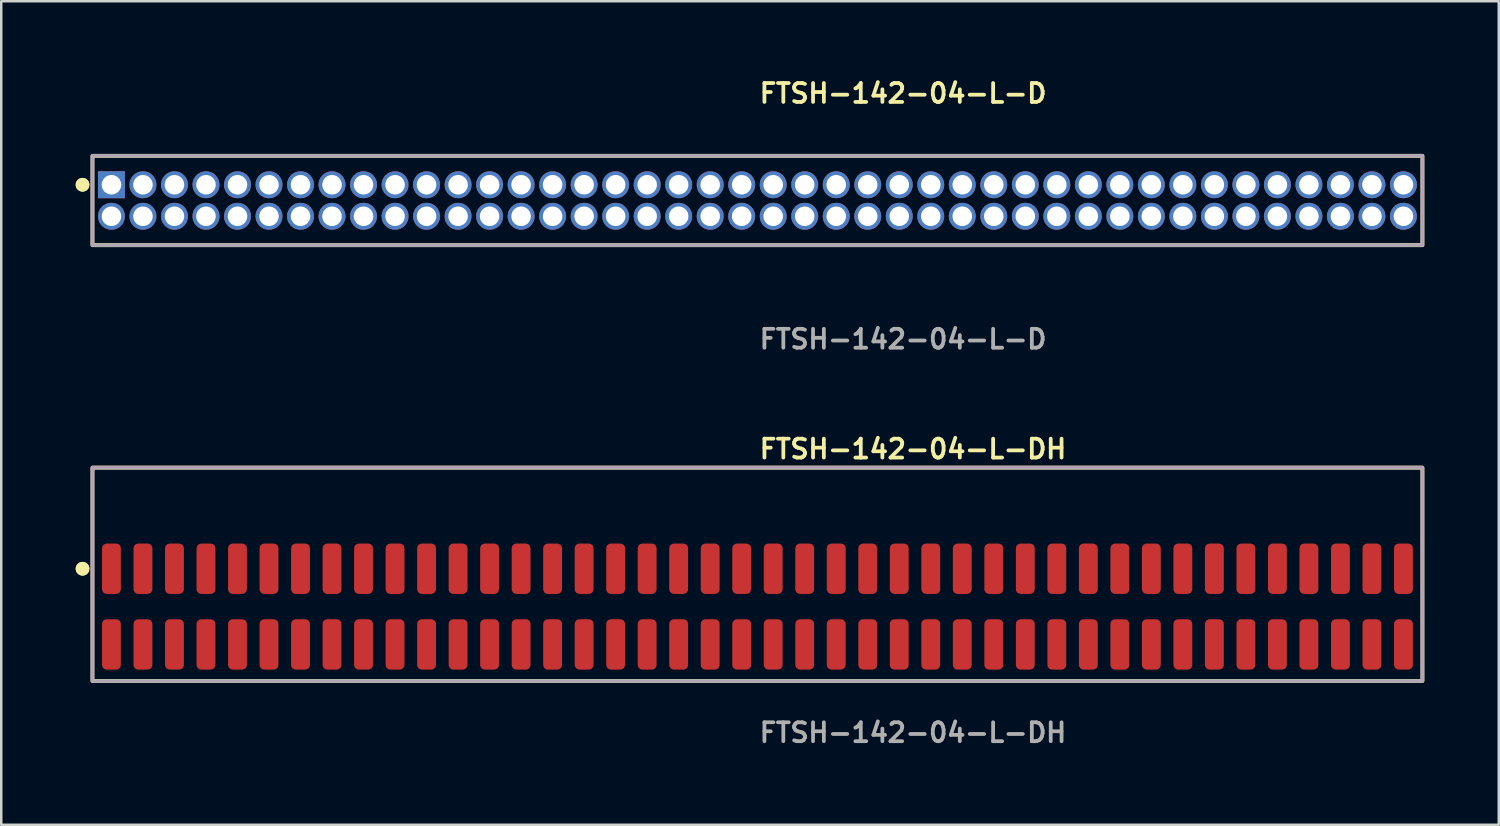
<source format=kicad_pcb>
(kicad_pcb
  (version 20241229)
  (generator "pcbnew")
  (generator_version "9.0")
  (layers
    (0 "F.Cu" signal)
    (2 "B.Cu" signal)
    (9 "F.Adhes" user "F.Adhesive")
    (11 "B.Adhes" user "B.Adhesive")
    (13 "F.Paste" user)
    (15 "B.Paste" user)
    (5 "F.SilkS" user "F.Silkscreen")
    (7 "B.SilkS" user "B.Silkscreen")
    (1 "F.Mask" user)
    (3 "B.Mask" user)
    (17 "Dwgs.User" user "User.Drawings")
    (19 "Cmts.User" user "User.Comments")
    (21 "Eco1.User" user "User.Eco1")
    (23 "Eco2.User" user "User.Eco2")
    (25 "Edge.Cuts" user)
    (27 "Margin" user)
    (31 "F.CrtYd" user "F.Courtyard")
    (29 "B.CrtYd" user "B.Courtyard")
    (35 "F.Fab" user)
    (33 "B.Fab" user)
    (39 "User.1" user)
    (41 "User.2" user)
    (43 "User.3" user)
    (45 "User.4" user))
  (footprint "FTSH-142-04-L-D"
    (layer "F.Cu")
    (at 27.476 5.031)
    (property "Reference" "FTSH-142-04-L-D" (at 0 -4.318 0) (unlocked yes) (layer "F.SilkS") (effects (font (size 0.762 0.762) (thickness 0.152)) (justify left)))
    (fp_rect (start -26.8 1.8) (end 26.8 -1.8) (stroke (width 0.152) (type solid)) (fill no) (layer "F.SilkS"))
    (fp_circle (center -27.2 -0.635) (end -27.4 -0.635) (stroke (width 0.152) (type solid)) (fill yes) (layer "F.SilkS"))
    (fp_circle (center -27.2 -0.635) (end -27.4 -0.635) (stroke (width 0.152) (type solid)) (fill yes) (layer "F.SilkS"))
    (fp_rect (start -26.8 1.8) (end 26.8 -1.8) (stroke (width 0.006) (type solid)) (fill no) (layer "F.CrtYd"))
    (fp_rect (start -26.8 1.8) (end 26.8 -1.8) (stroke (width 0.152) (type solid)) (fill no) (layer "F.Fab"))
    (fp_text user "${REFERENCE}" (at 0 5.588 0) (unlocked yes) (layer "F.Fab") (effects (font (size 0.762 0.762) (thickness 0.152)) (justify left)))
    (pad "1" thru_hole rect (at -26.035 -0.635) (size 1.087 1.087) (drill 0.787) (layers "*.Cu" "*.Mask"))
    (pad "2" thru_hole circle (at -26.035 0.635) (size 1.087 1.087) (drill 0.787) (layers "*.Cu" "*.Mask"))
    (pad "3" thru_hole circle (at -24.765 -0.635) (size 1.087 1.087) (drill 0.787) (layers "*.Cu" "*.Mask"))
    (pad "4" thru_hole circle (at -24.765 0.635) (size 1.087 1.087) (drill 0.787) (layers "*.Cu" "*.Mask"))
    (pad "5" thru_hole circle (at -23.495 -0.635) (size 1.087 1.087) (drill 0.787) (layers "*.Cu" "*.Mask"))
    (pad "6" thru_hole circle (at -23.495 0.635) (size 1.087 1.087) (drill 0.787) (layers "*.Cu" "*.Mask"))
    (pad "7" thru_hole circle (at -22.225 -0.635) (size 1.087 1.087) (drill 0.787) (layers "*.Cu" "*.Mask"))
    (pad "8" thru_hole circle (at -22.225 0.635) (size 1.087 1.087) (drill 0.787) (layers "*.Cu" "*.Mask"))
    (pad "9" thru_hole circle (at -20.955 -0.635) (size 1.087 1.087) (drill 0.787) (layers "*.Cu" "*.Mask"))
    (pad "10" thru_hole circle (at -20.955 0.635) (size 1.087 1.087) (drill 0.787) (layers "*.Cu" "*.Mask"))
    (pad "11" thru_hole circle (at -19.685 -0.635) (size 1.087 1.087) (drill 0.787) (layers "*.Cu" "*.Mask"))
    (pad "12" thru_hole circle (at -19.685 0.635) (size 1.087 1.087) (drill 0.787) (layers "*.Cu" "*.Mask"))
    (pad "13" thru_hole circle (at -18.415 -0.635) (size 1.087 1.087) (drill 0.787) (layers "*.Cu" "*.Mask"))
    (pad "14" thru_hole circle (at -18.415 0.635) (size 1.087 1.087) (drill 0.787) (layers "*.Cu" "*.Mask"))
    (pad "15" thru_hole circle (at -17.145 -0.635) (size 1.087 1.087) (drill 0.787) (layers "*.Cu" "*.Mask"))
    (pad "16" thru_hole circle (at -17.145 0.635) (size 1.087 1.087) (drill 0.787) (layers "*.Cu" "*.Mask"))
    (pad "17" thru_hole circle (at -15.875 -0.635) (size 1.087 1.087) (drill 0.787) (layers "*.Cu" "*.Mask"))
    (pad "18" thru_hole circle (at -15.875 0.635) (size 1.087 1.087) (drill 0.787) (layers "*.Cu" "*.Mask"))
    (pad "19" thru_hole circle (at -14.605 -0.635) (size 1.087 1.087) (drill 0.787) (layers "*.Cu" "*.Mask"))
    (pad "20" thru_hole circle (at -14.605 0.635) (size 1.087 1.087) (drill 0.787) (layers "*.Cu" "*.Mask"))
    (pad "21" thru_hole circle (at -13.335 -0.635) (size 1.087 1.087) (drill 0.787) (layers "*.Cu" "*.Mask"))
    (pad "22" thru_hole circle (at -13.335 0.635) (size 1.087 1.087) (drill 0.787) (layers "*.Cu" "*.Mask"))
    (pad "23" thru_hole circle (at -12.065 -0.635) (size 1.087 1.087) (drill 0.787) (layers "*.Cu" "*.Mask"))
    (pad "24" thru_hole circle (at -12.065 0.635) (size 1.087 1.087) (drill 0.787) (layers "*.Cu" "*.Mask"))
    (pad "25" thru_hole circle (at -10.795 -0.635) (size 1.087 1.087) (drill 0.787) (layers "*.Cu" "*.Mask"))
    (pad "26" thru_hole circle (at -10.795 0.635) (size 1.087 1.087) (drill 0.787) (layers "*.Cu" "*.Mask"))
    (pad "27" thru_hole circle (at -9.525 -0.635) (size 1.087 1.087) (drill 0.787) (layers "*.Cu" "*.Mask"))
    (pad "28" thru_hole circle (at -9.525 0.635) (size 1.087 1.087) (drill 0.787) (layers "*.Cu" "*.Mask"))
    (pad "29" thru_hole circle (at -8.255 -0.635) (size 1.087 1.087) (drill 0.787) (layers "*.Cu" "*.Mask"))
    (pad "30" thru_hole circle (at -8.255 0.635) (size 1.087 1.087) (drill 0.787) (layers "*.Cu" "*.Mask"))
    (pad "31" thru_hole circle (at -6.985 -0.635) (size 1.087 1.087) (drill 0.787) (layers "*.Cu" "*.Mask"))
    (pad "32" thru_hole circle (at -6.985 0.635) (size 1.087 1.087) (drill 0.787) (layers "*.Cu" "*.Mask"))
    (pad "33" thru_hole circle (at -5.715 -0.635) (size 1.087 1.087) (drill 0.787) (layers "*.Cu" "*.Mask"))
    (pad "34" thru_hole circle (at -5.715 0.635) (size 1.087 1.087) (drill 0.787) (layers "*.Cu" "*.Mask"))
    (pad "35" thru_hole circle (at -4.445 -0.635) (size 1.087 1.087) (drill 0.787) (layers "*.Cu" "*.Mask"))
    (pad "36" thru_hole circle (at -4.445 0.635) (size 1.087 1.087) (drill 0.787) (layers "*.Cu" "*.Mask"))
    (pad "37" thru_hole circle (at -3.175 -0.635) (size 1.087 1.087) (drill 0.787) (layers "*.Cu" "*.Mask"))
    (pad "38" thru_hole circle (at -3.175 0.635) (size 1.087 1.087) (drill 0.787) (layers "*.Cu" "*.Mask"))
    (pad "39" thru_hole circle (at -1.905 -0.635) (size 1.087 1.087) (drill 0.787) (layers "*.Cu" "*.Mask"))
    (pad "40" thru_hole circle (at -1.905 0.635) (size 1.087 1.087) (drill 0.787) (layers "*.Cu" "*.Mask"))
    (pad "41" thru_hole circle (at -0.635 -0.635) (size 1.087 1.087) (drill 0.787) (layers "*.Cu" "*.Mask"))
    (pad "42" thru_hole circle (at -0.635 0.635) (size 1.087 1.087) (drill 0.787) (layers "*.Cu" "*.Mask"))
    (pad "43" thru_hole circle (at 0.635 -0.635) (size 1.087 1.087) (drill 0.787) (layers "*.Cu" "*.Mask"))
    (pad "44" thru_hole circle (at 0.635 0.635) (size 1.087 1.087) (drill 0.787) (layers "*.Cu" "*.Mask"))
    (pad "45" thru_hole circle (at 1.905 -0.635) (size 1.087 1.087) (drill 0.787) (layers "*.Cu" "*.Mask"))
    (pad "46" thru_hole circle (at 1.905 0.635) (size 1.087 1.087) (drill 0.787) (layers "*.Cu" "*.Mask"))
    (pad "47" thru_hole circle (at 3.175 -0.635) (size 1.087 1.087) (drill 0.787) (layers "*.Cu" "*.Mask"))
    (pad "48" thru_hole circle (at 3.175 0.635) (size 1.087 1.087) (drill 0.787) (layers "*.Cu" "*.Mask"))
    (pad "49" thru_hole circle (at 4.445 -0.635) (size 1.087 1.087) (drill 0.787) (layers "*.Cu" "*.Mask"))
    (pad "50" thru_hole circle (at 4.445 0.635) (size 1.087 1.087) (drill 0.787) (layers "*.Cu" "*.Mask"))
    (pad "51" thru_hole circle (at 5.715 -0.635) (size 1.087 1.087) (drill 0.787) (layers "*.Cu" "*.Mask"))
    (pad "52" thru_hole circle (at 5.715 0.635) (size 1.087 1.087) (drill 0.787) (layers "*.Cu" "*.Mask"))
    (pad "53" thru_hole circle (at 6.985 -0.635) (size 1.087 1.087) (drill 0.787) (layers "*.Cu" "*.Mask"))
    (pad "54" thru_hole circle (at 6.985 0.635) (size 1.087 1.087) (drill 0.787) (layers "*.Cu" "*.Mask"))
    (pad "55" thru_hole circle (at 8.255 -0.635) (size 1.087 1.087) (drill 0.787) (layers "*.Cu" "*.Mask"))
    (pad "56" thru_hole circle (at 8.255 0.635) (size 1.087 1.087) (drill 0.787) (layers "*.Cu" "*.Mask"))
    (pad "57" thru_hole circle (at 9.525 -0.635) (size 1.087 1.087) (drill 0.787) (layers "*.Cu" "*.Mask"))
    (pad "58" thru_hole circle (at 9.525 0.635) (size 1.087 1.087) (drill 0.787) (layers "*.Cu" "*.Mask"))
    (pad "59" thru_hole circle (at 10.795 -0.635) (size 1.087 1.087) (drill 0.787) (layers "*.Cu" "*.Mask"))
    (pad "60" thru_hole circle (at 10.795 0.635) (size 1.087 1.087) (drill 0.787) (layers "*.Cu" "*.Mask"))
    (pad "61" thru_hole circle (at 12.065 -0.635) (size 1.087 1.087) (drill 0.787) (layers "*.Cu" "*.Mask"))
    (pad "62" thru_hole circle (at 12.065 0.635) (size 1.087 1.087) (drill 0.787) (layers "*.Cu" "*.Mask"))
    (pad "63" thru_hole circle (at 13.335 -0.635) (size 1.087 1.087) (drill 0.787) (layers "*.Cu" "*.Mask"))
    (pad "64" thru_hole circle (at 13.335 0.635) (size 1.087 1.087) (drill 0.787) (layers "*.Cu" "*.Mask"))
    (pad "65" thru_hole circle (at 14.605 -0.635) (size 1.087 1.087) (drill 0.787) (layers "*.Cu" "*.Mask"))
    (pad "66" thru_hole circle (at 14.605 0.635) (size 1.087 1.087) (drill 0.787) (layers "*.Cu" "*.Mask"))
    (pad "67" thru_hole circle (at 15.875 -0.635) (size 1.087 1.087) (drill 0.787) (layers "*.Cu" "*.Mask"))
    (pad "68" thru_hole circle (at 15.875 0.635) (size 1.087 1.087) (drill 0.787) (layers "*.Cu" "*.Mask"))
    (pad "69" thru_hole circle (at 17.145 -0.635) (size 1.087 1.087) (drill 0.787) (layers "*.Cu" "*.Mask"))
    (pad "70" thru_hole circle (at 17.145 0.635) (size 1.087 1.087) (drill 0.787) (layers "*.Cu" "*.Mask"))
    (pad "71" thru_hole circle (at 18.415 -0.635) (size 1.087 1.087) (drill 0.787) (layers "*.Cu" "*.Mask"))
    (pad "72" thru_hole circle (at 18.415 0.635) (size 1.087 1.087) (drill 0.787) (layers "*.Cu" "*.Mask"))
    (pad "73" thru_hole circle (at 19.685 -0.635) (size 1.087 1.087) (drill 0.787) (layers "*.Cu" "*.Mask"))
    (pad "74" thru_hole circle (at 19.685 0.635) (size 1.087 1.087) (drill 0.787) (layers "*.Cu" "*.Mask"))
    (pad "75" thru_hole circle (at 20.955 -0.635) (size 1.087 1.087) (drill 0.787) (layers "*.Cu" "*.Mask"))
    (pad "76" thru_hole circle (at 20.955 0.635) (size 1.087 1.087) (drill 0.787) (layers "*.Cu" "*.Mask"))
    (pad "77" thru_hole circle (at 22.225 -0.635) (size 1.087 1.087) (drill 0.787) (layers "*.Cu" "*.Mask"))
    (pad "78" thru_hole circle (at 22.225 0.635) (size 1.087 1.087) (drill 0.787) (layers "*.Cu" "*.Mask"))
    (pad "79" thru_hole circle (at 23.495 -0.635) (size 1.087 1.087) (drill 0.787) (layers "*.Cu" "*.Mask"))
    (pad "80" thru_hole circle (at 23.495 0.635) (size 1.087 1.087) (drill 0.787) (layers "*.Cu" "*.Mask"))
    (pad "81" thru_hole circle (at 24.765 -0.635) (size 1.087 1.087) (drill 0.787) (layers "*.Cu" "*.Mask"))
    (pad "82" thru_hole circle (at 24.765 0.635) (size 1.087 1.087) (drill 0.787) (layers "*.Cu" "*.Mask"))
    (pad "83" thru_hole circle (at 26.035 -0.635) (size 1.087 1.087) (drill 0.787) (layers "*.Cu" "*.Mask"))
    (pad "84" thru_hole circle (at 26.035 0.635) (size 1.087 1.087) (drill 0.787) (layers "*.Cu" "*.Mask")))
  (footprint "FTSH-142-04-L-DH"
    (layer "F.Cu")
    (at 27.476 21.396)
    (property "Reference" "FTSH-142-04-L-DH" (at 0 -6.35 0) (unlocked yes) (layer "F.SilkS") (effects (font (size 0.762 0.762) (thickness 0.152)) (justify left)))
    (fp_rect (start -26.8 3) (end 26.8 -5.6) (stroke (width 0.152) (type solid)) (fill no) (layer "F.SilkS"))
    (fp_circle (center -27.2 -1.525) (end -27.4 -1.525) (stroke (width 0.152) (type solid)) (fill yes) (layer "F.SilkS"))
    (fp_circle (center -27.2 -1.525) (end -27.4 -1.525) (stroke (width 0.152) (type solid)) (fill yes) (layer "F.SilkS"))
    (fp_rect (start -26.8 3) (end 26.8 -5.6) (stroke (width 0.006) (type solid)) (fill no) (layer "F.CrtYd"))
    (fp_rect (start -26.8 3) (end 26.8 -5.6) (stroke (width 0.152) (type solid)) (fill no) (layer "F.Fab"))
    (fp_text user "${REFERENCE}" (at 0 5.08 0) (unlocked yes) (layer "F.Fab") (effects (font (size 0.762 0.762) (thickness 0.152)) (justify left)))
    (pad "1" smd roundrect (at -26.035 -1.525) (size 0.76 2.03) (layers "F.Cu" "F.Paste") (roundrect_rratio 0.25))
    (pad "2" smd roundrect (at -26.035 1.525) (size 0.76 2.03) (layers "F.Cu" "F.Paste") (roundrect_rratio 0.25))
    (pad "3" smd roundrect (at -24.765 -1.525) (size 0.76 2.03) (layers "F.Cu" "F.Paste") (roundrect_rratio 0.25))
    (pad "4" smd roundrect (at -24.765 1.525) (size 0.76 2.03) (layers "F.Cu" "F.Paste") (roundrect_rratio 0.25))
    (pad "5" smd roundrect (at -23.495 -1.525) (size 0.76 2.03) (layers "F.Cu" "F.Paste") (roundrect_rratio 0.25))
    (pad "6" smd roundrect (at -23.495 1.525) (size 0.76 2.03) (layers "F.Cu" "F.Paste") (roundrect_rratio 0.25))
    (pad "7" smd roundrect (at -22.225 -1.525) (size 0.76 2.03) (layers "F.Cu" "F.Paste") (roundrect_rratio 0.25))
    (pad "8" smd roundrect (at -22.225 1.525) (size 0.76 2.03) (layers "F.Cu" "F.Paste") (roundrect_rratio 0.25))
    (pad "9" smd roundrect (at -20.955 -1.525) (size 0.76 2.03) (layers "F.Cu" "F.Paste") (roundrect_rratio 0.25))
    (pad "10" smd roundrect (at -20.955 1.525) (size 0.76 2.03) (layers "F.Cu" "F.Paste") (roundrect_rratio 0.25))
    (pad "11" smd roundrect (at -19.685 -1.525) (size 0.76 2.03) (layers "F.Cu" "F.Paste") (roundrect_rratio 0.25))
    (pad "12" smd roundrect (at -19.685 1.525) (size 0.76 2.03) (layers "F.Cu" "F.Paste") (roundrect_rratio 0.25))
    (pad "13" smd roundrect (at -18.415 -1.525) (size 0.76 2.03) (layers "F.Cu" "F.Paste") (roundrect_rratio 0.25))
    (pad "14" smd roundrect (at -18.415 1.525) (size 0.76 2.03) (layers "F.Cu" "F.Paste") (roundrect_rratio 0.25))
    (pad "15" smd roundrect (at -17.145 -1.525) (size 0.76 2.03) (layers "F.Cu" "F.Paste") (roundrect_rratio 0.25))
    (pad "16" smd roundrect (at -17.145 1.525) (size 0.76 2.03) (layers "F.Cu" "F.Paste") (roundrect_rratio 0.25))
    (pad "17" smd roundrect (at -15.875 -1.525) (size 0.76 2.03) (layers "F.Cu" "F.Paste") (roundrect_rratio 0.25))
    (pad "18" smd roundrect (at -15.875 1.525) (size 0.76 2.03) (layers "F.Cu" "F.Paste") (roundrect_rratio 0.25))
    (pad "19" smd roundrect (at -14.605 -1.525) (size 0.76 2.03) (layers "F.Cu" "F.Paste") (roundrect_rratio 0.25))
    (pad "20" smd roundrect (at -14.605 1.525) (size 0.76 2.03) (layers "F.Cu" "F.Paste") (roundrect_rratio 0.25))
    (pad "21" smd roundrect (at -13.335 -1.525) (size 0.76 2.03) (layers "F.Cu" "F.Paste") (roundrect_rratio 0.25))
    (pad "22" smd roundrect (at -13.335 1.525) (size 0.76 2.03) (layers "F.Cu" "F.Paste") (roundrect_rratio 0.25))
    (pad "23" smd roundrect (at -12.065 -1.525) (size 0.76 2.03) (layers "F.Cu" "F.Paste") (roundrect_rratio 0.25))
    (pad "24" smd roundrect (at -12.065 1.525) (size 0.76 2.03) (layers "F.Cu" "F.Paste") (roundrect_rratio 0.25))
    (pad "25" smd roundrect (at -10.795 -1.525) (size 0.76 2.03) (layers "F.Cu" "F.Paste") (roundrect_rratio 0.25))
    (pad "26" smd roundrect (at -10.795 1.525) (size 0.76 2.03) (layers "F.Cu" "F.Paste") (roundrect_rratio 0.25))
    (pad "27" smd roundrect (at -9.525 -1.525) (size 0.76 2.03) (layers "F.Cu" "F.Paste") (roundrect_rratio 0.25))
    (pad "28" smd roundrect (at -9.525 1.525) (size 0.76 2.03) (layers "F.Cu" "F.Paste") (roundrect_rratio 0.25))
    (pad "29" smd roundrect (at -8.255 -1.525) (size 0.76 2.03) (layers "F.Cu" "F.Paste") (roundrect_rratio 0.25))
    (pad "30" smd roundrect (at -8.255 1.525) (size 0.76 2.03) (layers "F.Cu" "F.Paste") (roundrect_rratio 0.25))
    (pad "31" smd roundrect (at -6.985 -1.525) (size 0.76 2.03) (layers "F.Cu" "F.Paste") (roundrect_rratio 0.25))
    (pad "32" smd roundrect (at -6.985 1.525) (size 0.76 2.03) (layers "F.Cu" "F.Paste") (roundrect_rratio 0.25))
    (pad "33" smd roundrect (at -5.715 -1.525) (size 0.76 2.03) (layers "F.Cu" "F.Paste") (roundrect_rratio 0.25))
    (pad "34" smd roundrect (at -5.715 1.525) (size 0.76 2.03) (layers "F.Cu" "F.Paste") (roundrect_rratio 0.25))
    (pad "35" smd roundrect (at -4.445 -1.525) (size 0.76 2.03) (layers "F.Cu" "F.Paste") (roundrect_rratio 0.25))
    (pad "36" smd roundrect (at -4.445 1.525) (size 0.76 2.03) (layers "F.Cu" "F.Paste") (roundrect_rratio 0.25))
    (pad "37" smd roundrect (at -3.175 -1.525) (size 0.76 2.03) (layers "F.Cu" "F.Paste") (roundrect_rratio 0.25))
    (pad "38" smd roundrect (at -3.175 1.525) (size 0.76 2.03) (layers "F.Cu" "F.Paste") (roundrect_rratio 0.25))
    (pad "39" smd roundrect (at -1.905 -1.525) (size 0.76 2.03) (layers "F.Cu" "F.Paste") (roundrect_rratio 0.25))
    (pad "40" smd roundrect (at -1.905 1.525) (size 0.76 2.03) (layers "F.Cu" "F.Paste") (roundrect_rratio 0.25))
    (pad "41" smd roundrect (at -0.635 -1.525) (size 0.76 2.03) (layers "F.Cu" "F.Paste") (roundrect_rratio 0.25))
    (pad "42" smd roundrect (at -0.635 1.525) (size 0.76 2.03) (layers "F.Cu" "F.Paste") (roundrect_rratio 0.25))
    (pad "43" smd roundrect (at 0.635 -1.525) (size 0.76 2.03) (layers "F.Cu" "F.Paste") (roundrect_rratio 0.25))
    (pad "44" smd roundrect (at 0.635 1.525) (size 0.76 2.03) (layers "F.Cu" "F.Paste") (roundrect_rratio 0.25))
    (pad "45" smd roundrect (at 1.905 -1.525) (size 0.76 2.03) (layers "F.Cu" "F.Paste") (roundrect_rratio 0.25))
    (pad "46" smd roundrect (at 1.905 1.525) (size 0.76 2.03) (layers "F.Cu" "F.Paste") (roundrect_rratio 0.25))
    (pad "47" smd roundrect (at 3.175 -1.525) (size 0.76 2.03) (layers "F.Cu" "F.Paste") (roundrect_rratio 0.25))
    (pad "48" smd roundrect (at 3.175 1.525) (size 0.76 2.03) (layers "F.Cu" "F.Paste") (roundrect_rratio 0.25))
    (pad "49" smd roundrect (at 4.445 -1.525) (size 0.76 2.03) (layers "F.Cu" "F.Paste") (roundrect_rratio 0.25))
    (pad "50" smd roundrect (at 4.445 1.525) (size 0.76 2.03) (layers "F.Cu" "F.Paste") (roundrect_rratio 0.25))
    (pad "51" smd roundrect (at 5.715 -1.525) (size 0.76 2.03) (layers "F.Cu" "F.Paste") (roundrect_rratio 0.25))
    (pad "52" smd roundrect (at 5.715 1.525) (size 0.76 2.03) (layers "F.Cu" "F.Paste") (roundrect_rratio 0.25))
    (pad "53" smd roundrect (at 6.985 -1.525) (size 0.76 2.03) (layers "F.Cu" "F.Paste") (roundrect_rratio 0.25))
    (pad "54" smd roundrect (at 6.985 1.525) (size 0.76 2.03) (layers "F.Cu" "F.Paste") (roundrect_rratio 0.25))
    (pad "55" smd roundrect (at 8.255 -1.525) (size 0.76 2.03) (layers "F.Cu" "F.Paste") (roundrect_rratio 0.25))
    (pad "56" smd roundrect (at 8.255 1.525) (size 0.76 2.03) (layers "F.Cu" "F.Paste") (roundrect_rratio 0.25))
    (pad "57" smd roundrect (at 9.525 -1.525) (size 0.76 2.03) (layers "F.Cu" "F.Paste") (roundrect_rratio 0.25))
    (pad "58" smd roundrect (at 9.525 1.525) (size 0.76 2.03) (layers "F.Cu" "F.Paste") (roundrect_rratio 0.25))
    (pad "59" smd roundrect (at 10.795 -1.525) (size 0.76 2.03) (layers "F.Cu" "F.Paste") (roundrect_rratio 0.25))
    (pad "60" smd roundrect (at 10.795 1.525) (size 0.76 2.03) (layers "F.Cu" "F.Paste") (roundrect_rratio 0.25))
    (pad "61" smd roundrect (at 12.065 -1.525) (size 0.76 2.03) (layers "F.Cu" "F.Paste") (roundrect_rratio 0.25))
    (pad "62" smd roundrect (at 12.065 1.525) (size 0.76 2.03) (layers "F.Cu" "F.Paste") (roundrect_rratio 0.25))
    (pad "63" smd roundrect (at 13.335 -1.525) (size 0.76 2.03) (layers "F.Cu" "F.Paste") (roundrect_rratio 0.25))
    (pad "64" smd roundrect (at 13.335 1.525) (size 0.76 2.03) (layers "F.Cu" "F.Paste") (roundrect_rratio 0.25))
    (pad "65" smd roundrect (at 14.605 -1.525) (size 0.76 2.03) (layers "F.Cu" "F.Paste") (roundrect_rratio 0.25))
    (pad "66" smd roundrect (at 14.605 1.525) (size 0.76 2.03) (layers "F.Cu" "F.Paste") (roundrect_rratio 0.25))
    (pad "67" smd roundrect (at 15.875 -1.525) (size 0.76 2.03) (layers "F.Cu" "F.Paste") (roundrect_rratio 0.25))
    (pad "68" smd roundrect (at 15.875 1.525) (size 0.76 2.03) (layers "F.Cu" "F.Paste") (roundrect_rratio 0.25))
    (pad "69" smd roundrect (at 17.145 -1.525) (size 0.76 2.03) (layers "F.Cu" "F.Paste") (roundrect_rratio 0.25))
    (pad "70" smd roundrect (at 17.145 1.525) (size 0.76 2.03) (layers "F.Cu" "F.Paste") (roundrect_rratio 0.25))
    (pad "71" smd roundrect (at 18.415 -1.525) (size 0.76 2.03) (layers "F.Cu" "F.Paste") (roundrect_rratio 0.25))
    (pad "72" smd roundrect (at 18.415 1.525) (size 0.76 2.03) (layers "F.Cu" "F.Paste") (roundrect_rratio 0.25))
    (pad "73" smd roundrect (at 19.685 -1.525) (size 0.76 2.03) (layers "F.Cu" "F.Paste") (roundrect_rratio 0.25))
    (pad "74" smd roundrect (at 19.685 1.525) (size 0.76 2.03) (layers "F.Cu" "F.Paste") (roundrect_rratio 0.25))
    (pad "75" smd roundrect (at 20.955 -1.525) (size 0.76 2.03) (layers "F.Cu" "F.Paste") (roundrect_rratio 0.25))
    (pad "76" smd roundrect (at 20.955 1.525) (size 0.76 2.03) (layers "F.Cu" "F.Paste") (roundrect_rratio 0.25))
    (pad "77" smd roundrect (at 22.225 -1.525) (size 0.76 2.03) (layers "F.Cu" "F.Paste") (roundrect_rratio 0.25))
    (pad "78" smd roundrect (at 22.225 1.525) (size 0.76 2.03) (layers "F.Cu" "F.Paste") (roundrect_rratio 0.25))
    (pad "79" smd roundrect (at 23.495 -1.525) (size 0.76 2.03) (layers "F.Cu" "F.Paste") (roundrect_rratio 0.25))
    (pad "80" smd roundrect (at 23.495 1.525) (size 0.76 2.03) (layers "F.Cu" "F.Paste") (roundrect_rratio 0.25))
    (pad "81" smd roundrect (at 24.765 -1.525) (size 0.76 2.03) (layers "F.Cu" "F.Paste") (roundrect_rratio 0.25))
    (pad "82" smd roundrect (at 24.765 1.525) (size 0.76 2.03) (layers "F.Cu" "F.Paste") (roundrect_rratio 0.25))
    (pad "83" smd roundrect (at 26.035 -1.525) (size 0.76 2.03) (layers "F.Cu" "F.Paste") (roundrect_rratio 0.25))
    (pad "84" smd roundrect (at 26.035 1.525) (size 0.76 2.03) (layers "F.Cu" "F.Paste") (roundrect_rratio 0.25)))
  (gr_rect
    (start -3 -3)
    (end 57.352 30.189)
    (stroke (width 0.1) (type default))
    (fill no)
    (layer "Edge.Cuts")))
</source>
